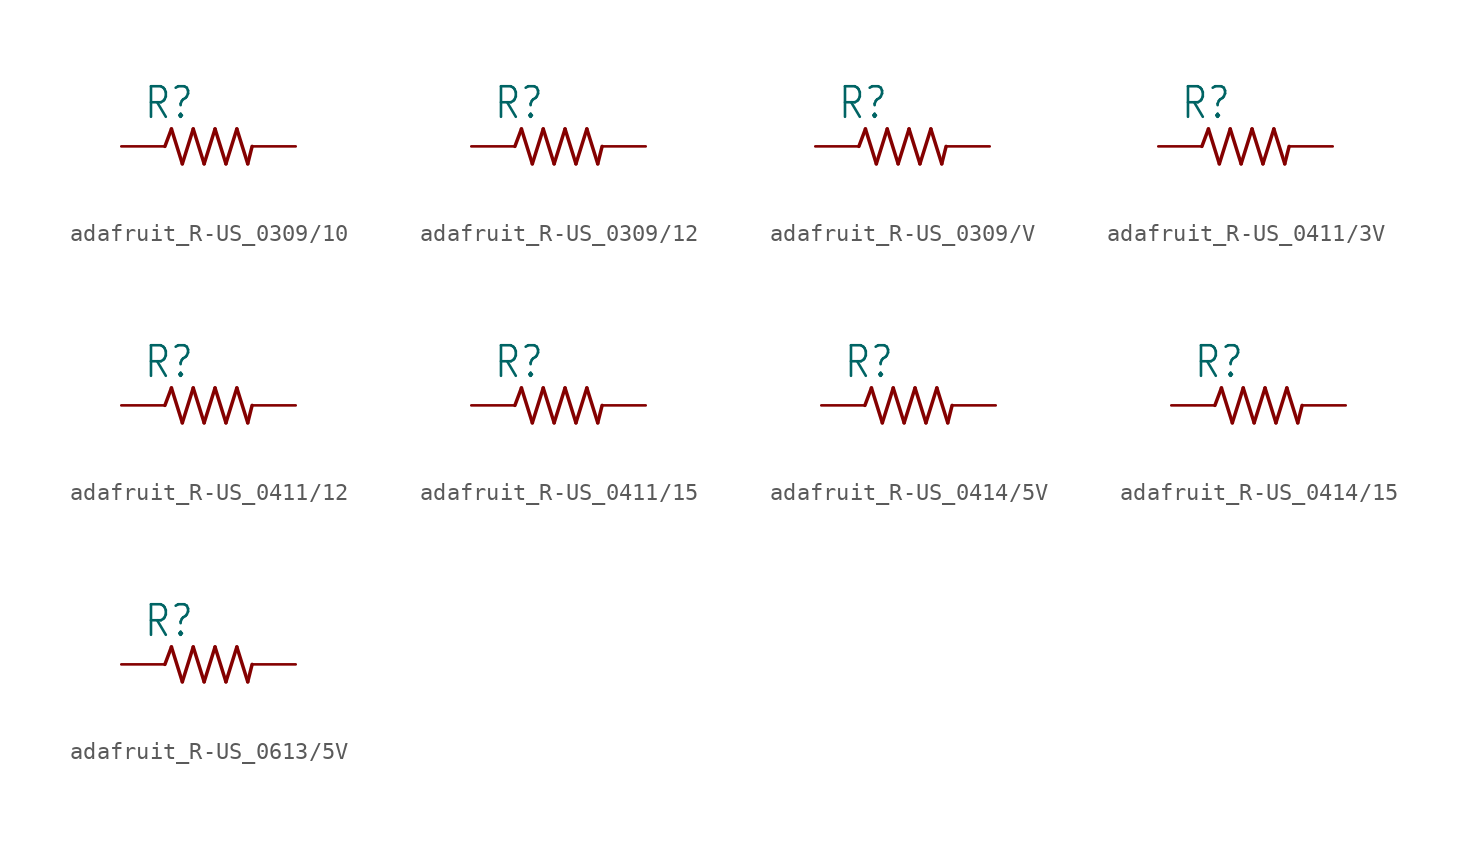
<source format=kicad_sym>
(kicad_symbol_lib
  (version 20220914)
  (generator kicad_symbol_editor)
  (symbol "adafruit_R-US_0309/10"
    (property "Reference" "R"
      (at -3.81 1.499 0)
      (effects (font (size 1.778 1.511)) (justify left bottom)))
    (property "Value" ""
      (at -3.81 -3.302 0)
      (effects (font (size 1.778 1.511)) (justify left bottom)))
    (property "ki_locked" ""
      (at 0 0 0)
      (effects (font (size 1.27 1.27))))
    (symbol "adafruit_R-US_0309/10_1_0"
      (polyline (pts (xy -2.54 0) (xy -2.159 1.016)) (stroke (width 0.203) (type solid)) (fill (type none)))
      (polyline (pts (xy -2.159 1.016) (xy -1.524 -1.016)) (stroke (width 0.203) (type solid)) (fill (type none)))
      (polyline (pts (xy -1.524 -1.016) (xy -0.889 1.016)) (stroke (width 0.203) (type solid)) (fill (type none)))
      (polyline (pts (xy -0.889 1.016) (xy -0.254 -1.016)) (stroke (width 0.203) (type solid)) (fill (type none)))
      (polyline (pts (xy -0.254 -1.016) (xy 0.381 1.016)) (stroke (width 0.203) (type solid)) (fill (type none)))
      (polyline (pts (xy 0.381 1.016) (xy 1.016 -1.016)) (stroke (width 0.203) (type solid)) (fill (type none)))
      (polyline (pts (xy 1.016 -1.016) (xy 1.651 1.016)) (stroke (width 0.203) (type solid)) (fill (type none)))
      (polyline (pts (xy 1.651 1.016) (xy 2.286 -1.016)) (stroke (width 0.203) (type solid)) (fill (type none)))
      (polyline (pts (xy 2.286 -1.016) (xy 2.54 0)) (stroke (width 0.203) (type solid)) (fill (type none)))
      (pin passive line (at -5.08 0 0) (length 2.54) (name "1" (effects (font (size 0 0)))) (number "1" (effects (font (size 0 0)))))
      (pin passive line (at 5.08 0 180) (length 2.54) (name "2" (effects (font (size 0 0)))) (number "2" (effects (font (size 0 0)))))))
  (symbol "adafruit_R-US_0309/12"
    (property "Reference" "R"
      (at -3.81 1.499 0)
      (effects (font (size 1.778 1.511)) (justify left bottom)))
    (property "Value" ""
      (at -3.81 -3.302 0)
      (effects (font (size 1.778 1.511)) (justify left bottom)))
    (property "ki_locked" ""
      (at 0 0 0)
      (effects (font (size 1.27 1.27))))
    (symbol "adafruit_R-US_0309/12_1_0"
      (polyline (pts (xy -2.54 0) (xy -2.159 1.016)) (stroke (width 0.203) (type solid)) (fill (type none)))
      (polyline (pts (xy -2.159 1.016) (xy -1.524 -1.016)) (stroke (width 0.203) (type solid)) (fill (type none)))
      (polyline (pts (xy -1.524 -1.016) (xy -0.889 1.016)) (stroke (width 0.203) (type solid)) (fill (type none)))
      (polyline (pts (xy -0.889 1.016) (xy -0.254 -1.016)) (stroke (width 0.203) (type solid)) (fill (type none)))
      (polyline (pts (xy -0.254 -1.016) (xy 0.381 1.016)) (stroke (width 0.203) (type solid)) (fill (type none)))
      (polyline (pts (xy 0.381 1.016) (xy 1.016 -1.016)) (stroke (width 0.203) (type solid)) (fill (type none)))
      (polyline (pts (xy 1.016 -1.016) (xy 1.651 1.016)) (stroke (width 0.203) (type solid)) (fill (type none)))
      (polyline (pts (xy 1.651 1.016) (xy 2.286 -1.016)) (stroke (width 0.203) (type solid)) (fill (type none)))
      (polyline (pts (xy 2.286 -1.016) (xy 2.54 0)) (stroke (width 0.203) (type solid)) (fill (type none)))
      (pin passive line (at -5.08 0 0) (length 2.54) (name "1" (effects (font (size 0 0)))) (number "1" (effects (font (size 0 0)))))
      (pin passive line (at 5.08 0 180) (length 2.54) (name "2" (effects (font (size 0 0)))) (number "2" (effects (font (size 0 0)))))))
  (symbol "adafruit_R-US_0309/V"
    (property "Reference" "R"
      (at -3.81 1.499 0)
      (effects (font (size 1.778 1.511)) (justify left bottom)))
    (property "Value" ""
      (at -3.81 -3.302 0)
      (effects (font (size 1.778 1.511)) (justify left bottom)))
    (property "ki_locked" ""
      (at 0 0 0)
      (effects (font (size 1.27 1.27))))
    (symbol "adafruit_R-US_0309/V_1_0"
      (polyline (pts (xy -2.54 0) (xy -2.159 1.016)) (stroke (width 0.203) (type solid)) (fill (type none)))
      (polyline (pts (xy -2.159 1.016) (xy -1.524 -1.016)) (stroke (width 0.203) (type solid)) (fill (type none)))
      (polyline (pts (xy -1.524 -1.016) (xy -0.889 1.016)) (stroke (width 0.203) (type solid)) (fill (type none)))
      (polyline (pts (xy -0.889 1.016) (xy -0.254 -1.016)) (stroke (width 0.203) (type solid)) (fill (type none)))
      (polyline (pts (xy -0.254 -1.016) (xy 0.381 1.016)) (stroke (width 0.203) (type solid)) (fill (type none)))
      (polyline (pts (xy 0.381 1.016) (xy 1.016 -1.016)) (stroke (width 0.203) (type solid)) (fill (type none)))
      (polyline (pts (xy 1.016 -1.016) (xy 1.651 1.016)) (stroke (width 0.203) (type solid)) (fill (type none)))
      (polyline (pts (xy 1.651 1.016) (xy 2.286 -1.016)) (stroke (width 0.203) (type solid)) (fill (type none)))
      (polyline (pts (xy 2.286 -1.016) (xy 2.54 0)) (stroke (width 0.203) (type solid)) (fill (type none)))
      (pin passive line (at -5.08 0 0) (length 2.54) (name "1" (effects (font (size 0 0)))) (number "1" (effects (font (size 0 0)))))
      (pin passive line (at 5.08 0 180) (length 2.54) (name "2" (effects (font (size 0 0)))) (number "2" (effects (font (size 0 0)))))))
  (symbol "adafruit_R-US_0411/3V"
    (property "Reference" "R"
      (at -3.81 1.499 0)
      (effects (font (size 1.778 1.511)) (justify left bottom)))
    (property "Value" ""
      (at -3.81 -3.302 0)
      (effects (font (size 1.778 1.511)) (justify left bottom)))
    (property "ki_locked" ""
      (at 0 0 0)
      (effects (font (size 1.27 1.27))))
    (symbol "adafruit_R-US_0411/3V_1_0"
      (polyline (pts (xy -2.54 0) (xy -2.159 1.016)) (stroke (width 0.203) (type solid)) (fill (type none)))
      (polyline (pts (xy -2.159 1.016) (xy -1.524 -1.016)) (stroke (width 0.203) (type solid)) (fill (type none)))
      (polyline (pts (xy -1.524 -1.016) (xy -0.889 1.016)) (stroke (width 0.203) (type solid)) (fill (type none)))
      (polyline (pts (xy -0.889 1.016) (xy -0.254 -1.016)) (stroke (width 0.203) (type solid)) (fill (type none)))
      (polyline (pts (xy -0.254 -1.016) (xy 0.381 1.016)) (stroke (width 0.203) (type solid)) (fill (type none)))
      (polyline (pts (xy 0.381 1.016) (xy 1.016 -1.016)) (stroke (width 0.203) (type solid)) (fill (type none)))
      (polyline (pts (xy 1.016 -1.016) (xy 1.651 1.016)) (stroke (width 0.203) (type solid)) (fill (type none)))
      (polyline (pts (xy 1.651 1.016) (xy 2.286 -1.016)) (stroke (width 0.203) (type solid)) (fill (type none)))
      (polyline (pts (xy 2.286 -1.016) (xy 2.54 0)) (stroke (width 0.203) (type solid)) (fill (type none)))
      (pin passive line (at -5.08 0 0) (length 2.54) (name "1" (effects (font (size 0 0)))) (number "1" (effects (font (size 0 0)))))
      (pin passive line (at 5.08 0 180) (length 2.54) (name "2" (effects (font (size 0 0)))) (number "2" (effects (font (size 0 0)))))))
  (symbol "adafruit_R-US_0411/12"
    (property "Reference" "R"
      (at -3.81 1.499 0)
      (effects (font (size 1.778 1.511)) (justify left bottom)))
    (property "Value" ""
      (at -3.81 -3.302 0)
      (effects (font (size 1.778 1.511)) (justify left bottom)))
    (property "ki_locked" ""
      (at 0 0 0)
      (effects (font (size 1.27 1.27))))
    (symbol "adafruit_R-US_0411/12_1_0"
      (polyline (pts (xy -2.54 0) (xy -2.159 1.016)) (stroke (width 0.203) (type solid)) (fill (type none)))
      (polyline (pts (xy -2.159 1.016) (xy -1.524 -1.016)) (stroke (width 0.203) (type solid)) (fill (type none)))
      (polyline (pts (xy -1.524 -1.016) (xy -0.889 1.016)) (stroke (width 0.203) (type solid)) (fill (type none)))
      (polyline (pts (xy -0.889 1.016) (xy -0.254 -1.016)) (stroke (width 0.203) (type solid)) (fill (type none)))
      (polyline (pts (xy -0.254 -1.016) (xy 0.381 1.016)) (stroke (width 0.203) (type solid)) (fill (type none)))
      (polyline (pts (xy 0.381 1.016) (xy 1.016 -1.016)) (stroke (width 0.203) (type solid)) (fill (type none)))
      (polyline (pts (xy 1.016 -1.016) (xy 1.651 1.016)) (stroke (width 0.203) (type solid)) (fill (type none)))
      (polyline (pts (xy 1.651 1.016) (xy 2.286 -1.016)) (stroke (width 0.203) (type solid)) (fill (type none)))
      (polyline (pts (xy 2.286 -1.016) (xy 2.54 0)) (stroke (width 0.203) (type solid)) (fill (type none)))
      (pin passive line (at -5.08 0 0) (length 2.54) (name "1" (effects (font (size 0 0)))) (number "1" (effects (font (size 0 0)))))
      (pin passive line (at 5.08 0 180) (length 2.54) (name "2" (effects (font (size 0 0)))) (number "2" (effects (font (size 0 0)))))))
  (symbol "adafruit_R-US_0411/15"
    (property "Reference" "R"
      (at -3.81 1.499 0)
      (effects (font (size 1.778 1.511)) (justify left bottom)))
    (property "Value" ""
      (at -3.81 -3.302 0)
      (effects (font (size 1.778 1.511)) (justify left bottom)))
    (property "ki_locked" ""
      (at 0 0 0)
      (effects (font (size 1.27 1.27))))
    (symbol "adafruit_R-US_0411/15_1_0"
      (polyline (pts (xy -2.54 0) (xy -2.159 1.016)) (stroke (width 0.203) (type solid)) (fill (type none)))
      (polyline (pts (xy -2.159 1.016) (xy -1.524 -1.016)) (stroke (width 0.203) (type solid)) (fill (type none)))
      (polyline (pts (xy -1.524 -1.016) (xy -0.889 1.016)) (stroke (width 0.203) (type solid)) (fill (type none)))
      (polyline (pts (xy -0.889 1.016) (xy -0.254 -1.016)) (stroke (width 0.203) (type solid)) (fill (type none)))
      (polyline (pts (xy -0.254 -1.016) (xy 0.381 1.016)) (stroke (width 0.203) (type solid)) (fill (type none)))
      (polyline (pts (xy 0.381 1.016) (xy 1.016 -1.016)) (stroke (width 0.203) (type solid)) (fill (type none)))
      (polyline (pts (xy 1.016 -1.016) (xy 1.651 1.016)) (stroke (width 0.203) (type solid)) (fill (type none)))
      (polyline (pts (xy 1.651 1.016) (xy 2.286 -1.016)) (stroke (width 0.203) (type solid)) (fill (type none)))
      (polyline (pts (xy 2.286 -1.016) (xy 2.54 0)) (stroke (width 0.203) (type solid)) (fill (type none)))
      (pin passive line (at -5.08 0 0) (length 2.54) (name "1" (effects (font (size 0 0)))) (number "1" (effects (font (size 0 0)))))
      (pin passive line (at 5.08 0 180) (length 2.54) (name "2" (effects (font (size 0 0)))) (number "2" (effects (font (size 0 0)))))))
  (symbol "adafruit_R-US_0414/5V"
    (property "Reference" "R"
      (at -3.81 1.499 0)
      (effects (font (size 1.778 1.511)) (justify left bottom)))
    (property "Value" ""
      (at -3.81 -3.302 0)
      (effects (font (size 1.778 1.511)) (justify left bottom)))
    (property "ki_locked" ""
      (at 0 0 0)
      (effects (font (size 1.27 1.27))))
    (symbol "adafruit_R-US_0414/5V_1_0"
      (polyline (pts (xy -2.54 0) (xy -2.159 1.016)) (stroke (width 0.203) (type solid)) (fill (type none)))
      (polyline (pts (xy -2.159 1.016) (xy -1.524 -1.016)) (stroke (width 0.203) (type solid)) (fill (type none)))
      (polyline (pts (xy -1.524 -1.016) (xy -0.889 1.016)) (stroke (width 0.203) (type solid)) (fill (type none)))
      (polyline (pts (xy -0.889 1.016) (xy -0.254 -1.016)) (stroke (width 0.203) (type solid)) (fill (type none)))
      (polyline (pts (xy -0.254 -1.016) (xy 0.381 1.016)) (stroke (width 0.203) (type solid)) (fill (type none)))
      (polyline (pts (xy 0.381 1.016) (xy 1.016 -1.016)) (stroke (width 0.203) (type solid)) (fill (type none)))
      (polyline (pts (xy 1.016 -1.016) (xy 1.651 1.016)) (stroke (width 0.203) (type solid)) (fill (type none)))
      (polyline (pts (xy 1.651 1.016) (xy 2.286 -1.016)) (stroke (width 0.203) (type solid)) (fill (type none)))
      (polyline (pts (xy 2.286 -1.016) (xy 2.54 0)) (stroke (width 0.203) (type solid)) (fill (type none)))
      (pin passive line (at -5.08 0 0) (length 2.54) (name "1" (effects (font (size 0 0)))) (number "1" (effects (font (size 0 0)))))
      (pin passive line (at 5.08 0 180) (length 2.54) (name "2" (effects (font (size 0 0)))) (number "2" (effects (font (size 0 0)))))))
  (symbol "adafruit_R-US_0414/15"
    (property "Reference" "R"
      (at -3.81 1.499 0)
      (effects (font (size 1.778 1.511)) (justify left bottom)))
    (property "Value" ""
      (at -3.81 -3.302 0)
      (effects (font (size 1.778 1.511)) (justify left bottom)))
    (property "ki_locked" ""
      (at 0 0 0)
      (effects (font (size 1.27 1.27))))
    (symbol "adafruit_R-US_0414/15_1_0"
      (polyline (pts (xy -2.54 0) (xy -2.159 1.016)) (stroke (width 0.203) (type solid)) (fill (type none)))
      (polyline (pts (xy -2.159 1.016) (xy -1.524 -1.016)) (stroke (width 0.203) (type solid)) (fill (type none)))
      (polyline (pts (xy -1.524 -1.016) (xy -0.889 1.016)) (stroke (width 0.203) (type solid)) (fill (type none)))
      (polyline (pts (xy -0.889 1.016) (xy -0.254 -1.016)) (stroke (width 0.203) (type solid)) (fill (type none)))
      (polyline (pts (xy -0.254 -1.016) (xy 0.381 1.016)) (stroke (width 0.203) (type solid)) (fill (type none)))
      (polyline (pts (xy 0.381 1.016) (xy 1.016 -1.016)) (stroke (width 0.203) (type solid)) (fill (type none)))
      (polyline (pts (xy 1.016 -1.016) (xy 1.651 1.016)) (stroke (width 0.203) (type solid)) (fill (type none)))
      (polyline (pts (xy 1.651 1.016) (xy 2.286 -1.016)) (stroke (width 0.203) (type solid)) (fill (type none)))
      (polyline (pts (xy 2.286 -1.016) (xy 2.54 0)) (stroke (width 0.203) (type solid)) (fill (type none)))
      (pin passive line (at -5.08 0 0) (length 2.54) (name "1" (effects (font (size 0 0)))) (number "1" (effects (font (size 0 0)))))
      (pin passive line (at 5.08 0 180) (length 2.54) (name "2" (effects (font (size 0 0)))) (number "2" (effects (font (size 0 0)))))))
  (symbol "adafruit_R-US_0613/5V"
    (property "Reference" "R"
      (at -3.81 1.499 0)
      (effects (font (size 1.778 1.511)) (justify left bottom)))
    (property "Value" ""
      (at -3.81 -3.302 0)
      (effects (font (size 1.778 1.511)) (justify left bottom)))
    (property "ki_locked" ""
      (at 0 0 0)
      (effects (font (size 1.27 1.27))))
    (symbol "adafruit_R-US_0613/5V_1_0"
      (polyline (pts (xy -2.54 0) (xy -2.159 1.016)) (stroke (width 0.203) (type solid)) (fill (type none)))
      (polyline (pts (xy -2.159 1.016) (xy -1.524 -1.016)) (stroke (width 0.203) (type solid)) (fill (type none)))
      (polyline (pts (xy -1.524 -1.016) (xy -0.889 1.016)) (stroke (width 0.203) (type solid)) (fill (type none)))
      (polyline (pts (xy -0.889 1.016) (xy -0.254 -1.016)) (stroke (width 0.203) (type solid)) (fill (type none)))
      (polyline (pts (xy -0.254 -1.016) (xy 0.381 1.016)) (stroke (width 0.203) (type solid)) (fill (type none)))
      (polyline (pts (xy 0.381 1.016) (xy 1.016 -1.016)) (stroke (width 0.203) (type solid)) (fill (type none)))
      (polyline (pts (xy 1.016 -1.016) (xy 1.651 1.016)) (stroke (width 0.203) (type solid)) (fill (type none)))
      (polyline (pts (xy 1.651 1.016) (xy 2.286 -1.016)) (stroke (width 0.203) (type solid)) (fill (type none)))
      (polyline (pts (xy 2.286 -1.016) (xy 2.54 0)) (stroke (width 0.203) (type solid)) (fill (type none)))
      (pin passive line (at -5.08 0 0) (length 2.54) (name "1" (effects (font (size 0 0)))) (number "1" (effects (font (size 0 0)))))
      (pin passive line (at 5.08 0 180) (length 2.54) (name "2" (effects (font (size 0 0)))) (number "2" (effects (font (size 0 0))))))))
</source>
